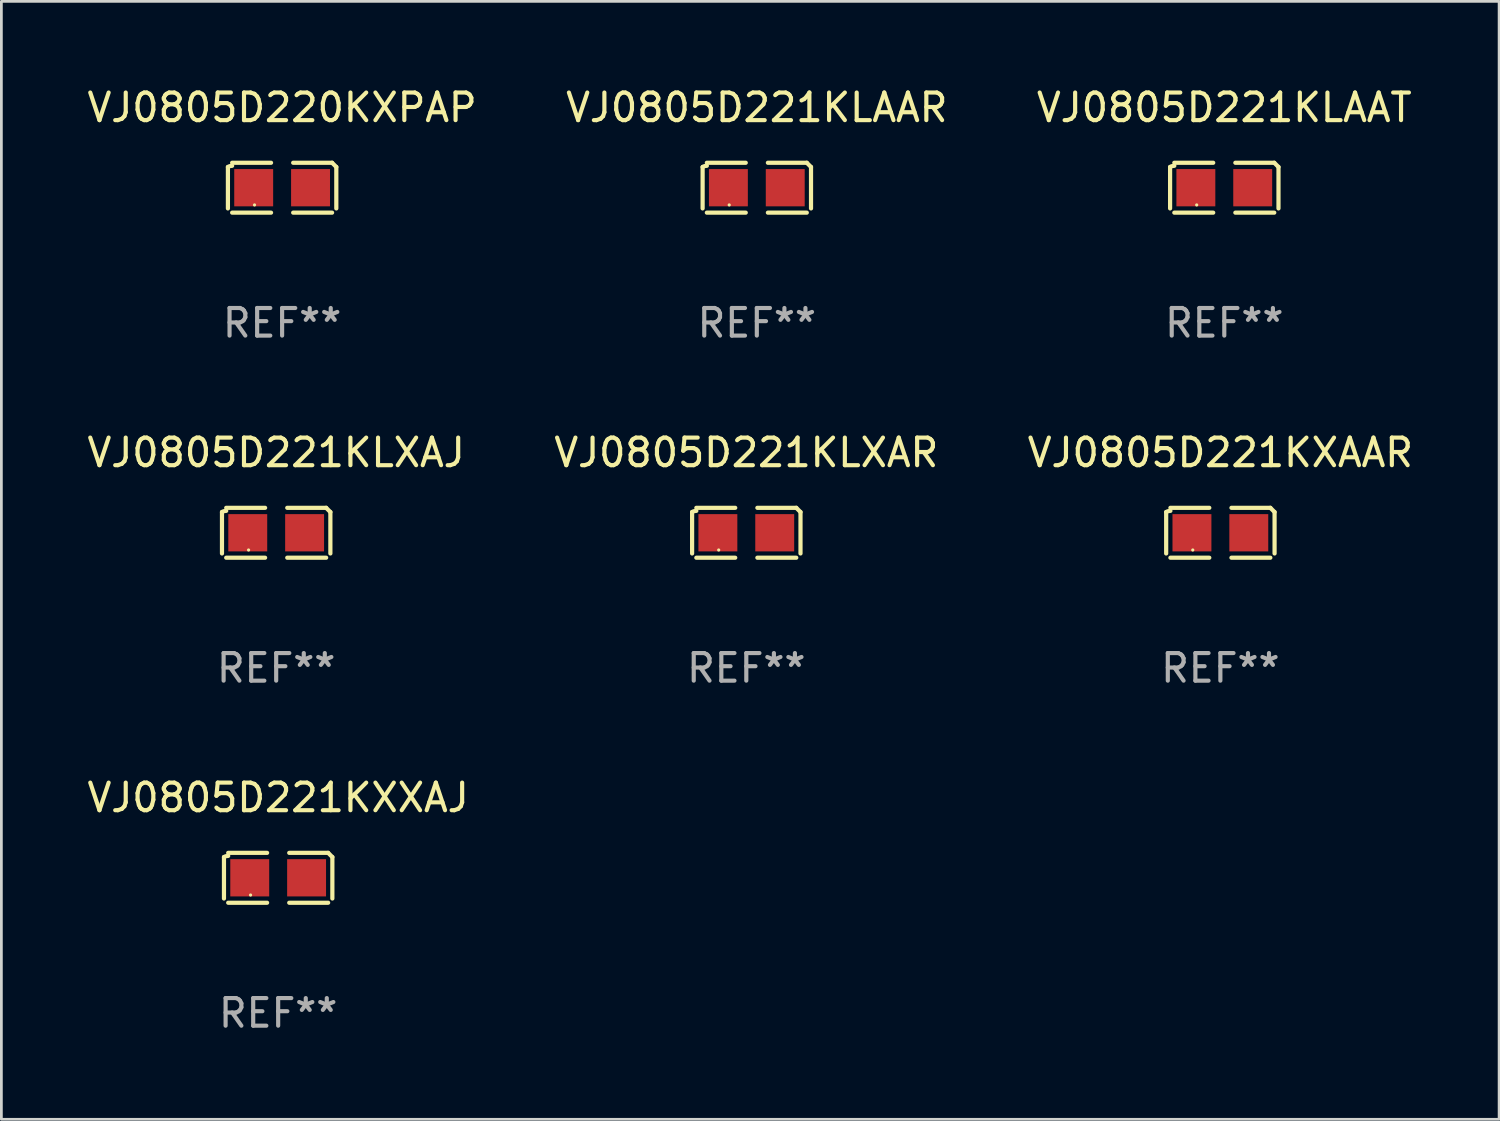
<source format=kicad_pcb>
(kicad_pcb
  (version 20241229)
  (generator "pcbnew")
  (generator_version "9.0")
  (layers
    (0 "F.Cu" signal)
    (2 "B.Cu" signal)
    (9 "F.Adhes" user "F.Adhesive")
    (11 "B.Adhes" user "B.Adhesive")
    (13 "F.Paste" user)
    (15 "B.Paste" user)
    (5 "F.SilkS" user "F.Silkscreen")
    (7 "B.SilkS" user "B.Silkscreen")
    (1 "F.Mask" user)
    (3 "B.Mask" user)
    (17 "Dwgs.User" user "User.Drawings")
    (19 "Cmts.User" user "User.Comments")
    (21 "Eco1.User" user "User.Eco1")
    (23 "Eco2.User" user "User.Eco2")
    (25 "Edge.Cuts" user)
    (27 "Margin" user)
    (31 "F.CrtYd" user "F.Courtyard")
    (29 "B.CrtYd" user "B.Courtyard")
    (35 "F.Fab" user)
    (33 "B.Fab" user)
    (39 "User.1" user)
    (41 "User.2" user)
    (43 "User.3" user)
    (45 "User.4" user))
  (footprint "VJ0805D221KLXAR"
    (layer "F.Cu")
    (at 23.994 16.256)
    (property "Reference" "VJ0805D221KLXAR" (at 0 -2.904 0) (layer "F.SilkS") (effects (font (size 1 1) (thickness 0.15))))
    (attr through_hole)
    (fp_line (start -1.964 0.751) (end -1.964 -0.751) (stroke (width 0.152) (type solid)) (layer "F.SilkS"))
    (fp_line (start -1.811 -0.904) (end -0.401 -0.904) (stroke (width 0.152) (type solid)) (layer "F.SilkS"))
    (fp_line (start -0.401 0.904) (end -1.811 0.904) (stroke (width 0.152) (type solid)) (layer "F.SilkS"))
    (fp_line (start 0.401 0.904) (end 1.811 0.904) (stroke (width 0.152) (type solid)) (layer "F.SilkS"))
    (fp_line (start 1.811 -0.904) (end 0.401 -0.904) (stroke (width 0.152) (type solid)) (layer "F.SilkS"))
    (fp_line (start 1.964 0.751) (end 1.964 -0.751) (stroke (width 0.152) (type solid)) (layer "F.SilkS"))
    (fp_arc (start -1.963602 -0.751207) (mid -1.890354 -0.783131) (end -1.811201 -0.794044) (stroke (width 0.1524) (type solid)) (layer "F.SilkS"))
    (fp_arc (start 1.811202 -0.903607) (mid 1.887413 -0.827418) (end 1.963602 -0.751207) (stroke (width 0.1524) (type solid)) (layer "F.SilkS"))
    (fp_circle (center -1 0.625) (end -0.97 0.625) (stroke (width 0.06) (type solid)) (fill no) (layer "F.SilkS"))
    (fp_text user "REF**" (at 0 4.904 0) (layer "F.Fab") (effects (font (size 1 1) (thickness 0.15))))
    (pad "1" smd rect (at -1.03 0) (size 1.41 1.35) (layers "F.Cu" "F.Mask" "F.Paste"))
    (pad "2" smd rect (at 1.03 0) (size 1.41 1.35) (layers "F.Cu" "F.Mask" "F.Paste")))
  (footprint "VJ0805D221KXAAR"
    (layer "F.Cu")
    (at 41.173 16.256)
    (property "Reference" "VJ0805D221KXAAR" (at 0 -2.904 0) (layer "F.SilkS") (effects (font (size 1 1) (thickness 0.15))))
    (attr through_hole)
    (fp_line (start -1.964 0.751) (end -1.964 -0.751) (stroke (width 0.152) (type solid)) (layer "F.SilkS"))
    (fp_line (start -1.811 -0.904) (end -0.401 -0.904) (stroke (width 0.152) (type solid)) (layer "F.SilkS"))
    (fp_line (start -0.401 0.904) (end -1.811 0.904) (stroke (width 0.152) (type solid)) (layer "F.SilkS"))
    (fp_line (start 0.401 0.904) (end 1.811 0.904) (stroke (width 0.152) (type solid)) (layer "F.SilkS"))
    (fp_line (start 1.811 -0.904) (end 0.401 -0.904) (stroke (width 0.152) (type solid)) (layer "F.SilkS"))
    (fp_line (start 1.964 0.751) (end 1.964 -0.751) (stroke (width 0.152) (type solid)) (layer "F.SilkS"))
    (fp_arc (start -1.963602 -0.751207) (mid -1.890354 -0.783131) (end -1.811201 -0.794044) (stroke (width 0.1524) (type solid)) (layer "F.SilkS"))
    (fp_arc (start 1.811202 -0.903607) (mid 1.887413 -0.827418) (end 1.963602 -0.751207) (stroke (width 0.1524) (type solid)) (layer "F.SilkS"))
    (fp_circle (center -1 0.625) (end -0.97 0.625) (stroke (width 0.06) (type solid)) (fill no) (layer "F.SilkS"))
    (fp_text user "REF**" (at 0 4.904 0) (layer "F.Fab") (effects (font (size 1 1) (thickness 0.15))))
    (pad "1" smd rect (at -1.03 0) (size 1.41 1.35) (layers "F.Cu" "F.Mask" "F.Paste"))
    (pad "2" smd rect (at 1.03 0) (size 1.41 1.35) (layers "F.Cu" "F.Mask" "F.Paste")))
  (footprint "VJ0805D220KXPAP"
    (layer "F.Cu")
    (at 7.173 3.752)
    (property "Reference" "VJ0805D220KXPAP" (at 0 -2.904 0) (layer "F.SilkS") (effects (font (size 1 1) (thickness 0.15))))
    (attr through_hole)
    (fp_line (start -1.964 0.751) (end -1.964 -0.751) (stroke (width 0.152) (type solid)) (layer "F.SilkS"))
    (fp_line (start -1.811 -0.904) (end -0.401 -0.904) (stroke (width 0.152) (type solid)) (layer "F.SilkS"))
    (fp_line (start -0.401 0.904) (end -1.811 0.904) (stroke (width 0.152) (type solid)) (layer "F.SilkS"))
    (fp_line (start 0.401 0.904) (end 1.811 0.904) (stroke (width 0.152) (type solid)) (layer "F.SilkS"))
    (fp_line (start 1.811 -0.904) (end 0.401 -0.904) (stroke (width 0.152) (type solid)) (layer "F.SilkS"))
    (fp_line (start 1.964 0.751) (end 1.964 -0.751) (stroke (width 0.152) (type solid)) (layer "F.SilkS"))
    (fp_arc (start -1.963602 -0.751207) (mid -1.890354 -0.783131) (end -1.811201 -0.794044) (stroke (width 0.1524) (type solid)) (layer "F.SilkS"))
    (fp_arc (start 1.811202 -0.903607) (mid 1.887413 -0.827418) (end 1.963602 -0.751207) (stroke (width 0.1524) (type solid)) (layer "F.SilkS"))
    (fp_circle (center -1 0.625) (end -0.97 0.625) (stroke (width 0.06) (type solid)) (fill no) (layer "F.SilkS"))
    (fp_text user "REF**" (at 0 4.904 0) (layer "F.Fab") (effects (font (size 1 1) (thickness 0.15))))
    (pad "1" smd rect (at -1.03 0) (size 1.41 1.35) (layers "F.Cu" "F.Mask" "F.Paste"))
    (pad "2" smd rect (at 1.03 0) (size 1.41 1.35) (layers "F.Cu" "F.Mask" "F.Paste")))
  (footprint "VJ0805D221KXXAJ"
    (layer "F.Cu")
    (at 7.03 28.759)
    (property "Reference" "VJ0805D221KXXAJ" (at 0 -2.904 0) (layer "F.SilkS") (effects (font (size 1 1) (thickness 0.15))))
    (attr through_hole)
    (fp_line (start -1.964 0.751) (end -1.964 -0.751) (stroke (width 0.152) (type solid)) (layer "F.SilkS"))
    (fp_line (start -1.811 -0.904) (end -0.401 -0.904) (stroke (width 0.152) (type solid)) (layer "F.SilkS"))
    (fp_line (start -0.401 0.904) (end -1.811 0.904) (stroke (width 0.152) (type solid)) (layer "F.SilkS"))
    (fp_line (start 0.401 0.904) (end 1.811 0.904) (stroke (width 0.152) (type solid)) (layer "F.SilkS"))
    (fp_line (start 1.811 -0.904) (end 0.401 -0.904) (stroke (width 0.152) (type solid)) (layer "F.SilkS"))
    (fp_line (start 1.964 0.751) (end 1.964 -0.751) (stroke (width 0.152) (type solid)) (layer "F.SilkS"))
    (fp_arc (start -1.963602 -0.751207) (mid -1.890354 -0.783131) (end -1.811201 -0.794044) (stroke (width 0.1524) (type solid)) (layer "F.SilkS"))
    (fp_arc (start 1.811202 -0.903607) (mid 1.887413 -0.827418) (end 1.963602 -0.751207) (stroke (width 0.1524) (type solid)) (layer "F.SilkS"))
    (fp_circle (center -1 0.625) (end -0.97 0.625) (stroke (width 0.06) (type solid)) (fill no) (layer "F.SilkS"))
    (fp_text user "REF**" (at 0 4.904 0) (layer "F.Fab") (effects (font (size 1 1) (thickness 0.15))))
    (pad "1" smd rect (at -1.03 0) (size 1.41 1.35) (layers "F.Cu" "F.Mask" "F.Paste"))
    (pad "2" smd rect (at 1.03 0) (size 1.41 1.35) (layers "F.Cu" "F.Mask" "F.Paste")))
  (footprint "VJ0805D221KLXAJ"
    (layer "F.Cu")
    (at 6.958 16.256)
    (property "Reference" "VJ0805D221KLXAJ" (at 0 -2.904 0) (layer "F.SilkS") (effects (font (size 1 1) (thickness 0.15))))
    (attr through_hole)
    (fp_line (start -1.964 0.751) (end -1.964 -0.751) (stroke (width 0.152) (type solid)) (layer "F.SilkS"))
    (fp_line (start -1.811 -0.904) (end -0.401 -0.904) (stroke (width 0.152) (type solid)) (layer "F.SilkS"))
    (fp_line (start -0.401 0.904) (end -1.811 0.904) (stroke (width 0.152) (type solid)) (layer "F.SilkS"))
    (fp_line (start 0.401 0.904) (end 1.811 0.904) (stroke (width 0.152) (type solid)) (layer "F.SilkS"))
    (fp_line (start 1.811 -0.904) (end 0.401 -0.904) (stroke (width 0.152) (type solid)) (layer "F.SilkS"))
    (fp_line (start 1.964 0.751) (end 1.964 -0.751) (stroke (width 0.152) (type solid)) (layer "F.SilkS"))
    (fp_arc (start -1.963602 -0.751207) (mid -1.890354 -0.783131) (end -1.811201 -0.794044) (stroke (width 0.1524) (type solid)) (layer "F.SilkS"))
    (fp_arc (start 1.811202 -0.903607) (mid 1.887413 -0.827418) (end 1.963602 -0.751207) (stroke (width 0.1524) (type solid)) (layer "F.SilkS"))
    (fp_circle (center -1 0.625) (end -0.97 0.625) (stroke (width 0.06) (type solid)) (fill no) (layer "F.SilkS"))
    (fp_text user "REF**" (at 0 4.904 0) (layer "F.Fab") (effects (font (size 1 1) (thickness 0.15))))
    (pad "1" smd rect (at -1.03 0) (size 1.41 1.35) (layers "F.Cu" "F.Mask" "F.Paste"))
    (pad "2" smd rect (at 1.03 0) (size 1.41 1.35) (layers "F.Cu" "F.Mask" "F.Paste")))
  (footprint "VJ0805D221KLAAT"
    (layer "F.Cu")
    (at 41.315 3.752)
    (property "Reference" "VJ0805D221KLAAT" (at 0 -2.904 0) (layer "F.SilkS") (effects (font (size 1 1) (thickness 0.15))))
    (attr through_hole)
    (fp_line (start -1.964 0.751) (end -1.964 -0.751) (stroke (width 0.152) (type solid)) (layer "F.SilkS"))
    (fp_line (start -1.811 -0.904) (end -0.401 -0.904) (stroke (width 0.152) (type solid)) (layer "F.SilkS"))
    (fp_line (start -0.401 0.904) (end -1.811 0.904) (stroke (width 0.152) (type solid)) (layer "F.SilkS"))
    (fp_line (start 0.401 0.904) (end 1.811 0.904) (stroke (width 0.152) (type solid)) (layer "F.SilkS"))
    (fp_line (start 1.811 -0.904) (end 0.401 -0.904) (stroke (width 0.152) (type solid)) (layer "F.SilkS"))
    (fp_line (start 1.964 0.751) (end 1.964 -0.751) (stroke (width 0.152) (type solid)) (layer "F.SilkS"))
    (fp_arc (start -1.963602 -0.751207) (mid -1.890354 -0.783131) (end -1.811201 -0.794044) (stroke (width 0.1524) (type solid)) (layer "F.SilkS"))
    (fp_arc (start 1.811202 -0.903607) (mid 1.887413 -0.827418) (end 1.963602 -0.751207) (stroke (width 0.1524) (type solid)) (layer "F.SilkS"))
    (fp_circle (center -1 0.625) (end -0.97 0.625) (stroke (width 0.06) (type solid)) (fill no) (layer "F.SilkS"))
    (fp_text user "REF**" (at 0 4.904 0) (layer "F.Fab") (effects (font (size 1 1) (thickness 0.15))))
    (pad "1" smd rect (at -1.03 0) (size 1.41 1.35) (layers "F.Cu" "F.Mask" "F.Paste"))
    (pad "2" smd rect (at 1.03 0) (size 1.41 1.35) (layers "F.Cu" "F.Mask" "F.Paste")))
  (footprint "VJ0805D221KLAAR"
    (layer "F.Cu")
    (at 24.375 3.752)
    (property "Reference" "VJ0805D221KLAAR" (at 0 -2.904 0) (layer "F.SilkS") (effects (font (size 1 1) (thickness 0.15))))
    (attr through_hole)
    (fp_line (start -1.964 0.751) (end -1.964 -0.751) (stroke (width 0.152) (type solid)) (layer "F.SilkS"))
    (fp_line (start -1.811 -0.904) (end -0.401 -0.904) (stroke (width 0.152) (type solid)) (layer "F.SilkS"))
    (fp_line (start -0.401 0.904) (end -1.811 0.904) (stroke (width 0.152) (type solid)) (layer "F.SilkS"))
    (fp_line (start 0.401 0.904) (end 1.811 0.904) (stroke (width 0.152) (type solid)) (layer "F.SilkS"))
    (fp_line (start 1.811 -0.904) (end 0.401 -0.904) (stroke (width 0.152) (type solid)) (layer "F.SilkS"))
    (fp_line (start 1.964 0.751) (end 1.964 -0.751) (stroke (width 0.152) (type solid)) (layer "F.SilkS"))
    (fp_arc (start -1.963602 -0.751207) (mid -1.890354 -0.783131) (end -1.811201 -0.794044) (stroke (width 0.1524) (type solid)) (layer "F.SilkS"))
    (fp_arc (start 1.811202 -0.903607) (mid 1.887413 -0.827418) (end 1.963602 -0.751207) (stroke (width 0.1524) (type solid)) (layer "F.SilkS"))
    (fp_circle (center -1 0.625) (end -0.97 0.625) (stroke (width 0.06) (type solid)) (fill no) (layer "F.SilkS"))
    (fp_text user "REF**" (at 0 4.904 0) (layer "F.Fab") (effects (font (size 1 1) (thickness 0.15))))
    (pad "1" smd rect (at -1.03 0) (size 1.41 1.35) (layers "F.Cu" "F.Mask" "F.Paste"))
    (pad "2" smd rect (at 1.03 0) (size 1.41 1.35) (layers "F.Cu" "F.Mask" "F.Paste")))
  (gr_rect
    (start -3 -3)
    (end 51.274 37.511)
    (stroke (width 0.1) (type default))
    (fill no)
    (layer "Edge.Cuts")))
</source>
